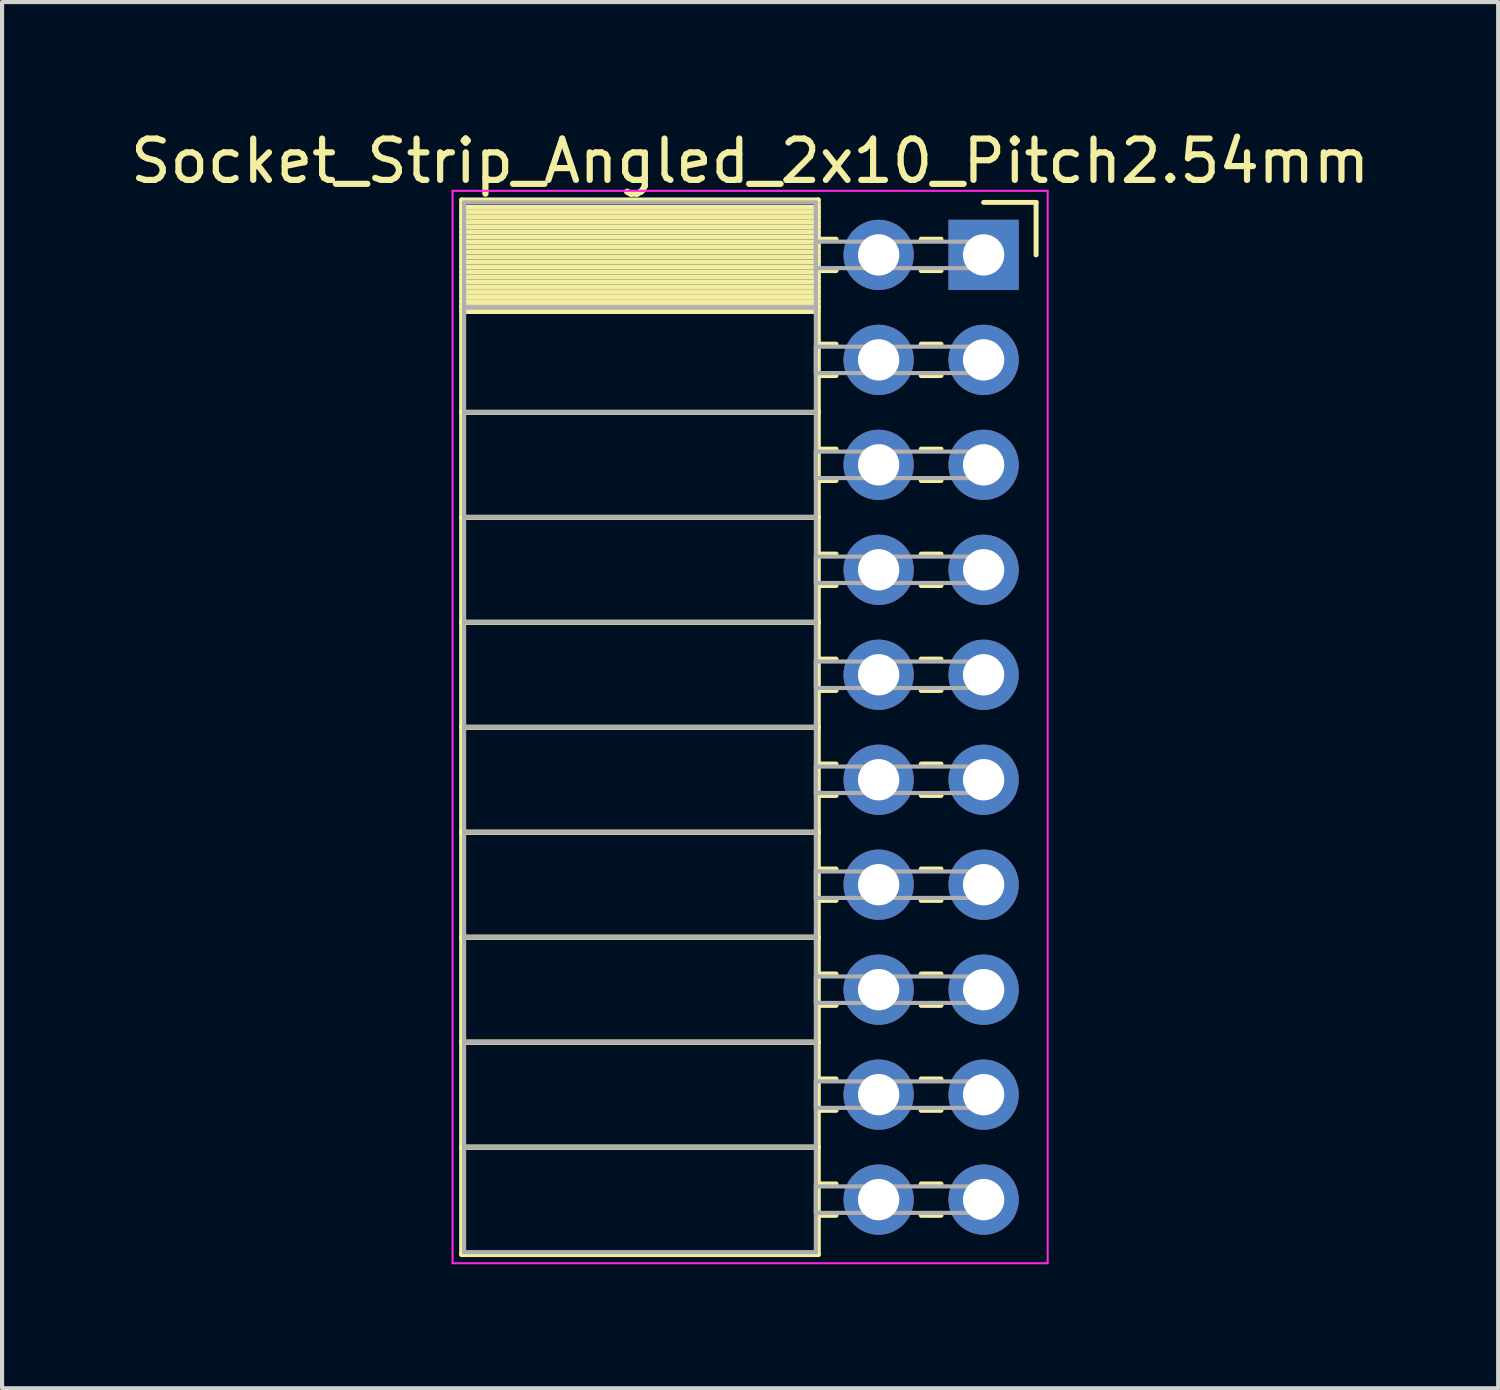
<source format=kicad_pcb>
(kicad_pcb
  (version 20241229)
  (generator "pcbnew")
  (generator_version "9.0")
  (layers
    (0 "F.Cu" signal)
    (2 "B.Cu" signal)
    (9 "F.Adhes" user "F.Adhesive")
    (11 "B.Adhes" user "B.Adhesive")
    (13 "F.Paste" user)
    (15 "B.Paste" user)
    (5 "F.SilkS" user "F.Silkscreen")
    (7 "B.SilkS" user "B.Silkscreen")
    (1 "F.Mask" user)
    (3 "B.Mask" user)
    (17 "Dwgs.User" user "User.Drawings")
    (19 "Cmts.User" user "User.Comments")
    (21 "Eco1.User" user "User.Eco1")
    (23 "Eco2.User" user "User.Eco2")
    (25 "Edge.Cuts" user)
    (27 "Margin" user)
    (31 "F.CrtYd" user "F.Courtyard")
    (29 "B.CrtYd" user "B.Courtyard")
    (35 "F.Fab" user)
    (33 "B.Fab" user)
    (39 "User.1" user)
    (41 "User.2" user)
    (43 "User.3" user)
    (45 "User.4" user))
  (footprint "Socket_Strip_Angled_2x10_Pitch2.54mm"
    (layer "F.Cu")
    (at 20.751 3.118)
    (property "Reference" "Socket_Strip_Angled_2x10_Pitch2.54mm" (at -5.65 -2.27 0) (layer "F.SilkS") (effects (font (size 1 1) (thickness 0.15))))
    (attr through_hole)
    (fp_line (start -12.63 -1.33) (end -4 -1.33) (stroke (width 0.12) (type solid)) (layer "F.SilkS"))
    (fp_line (start -12.63 1.27) (end -12.63 -1.33) (stroke (width 0.12) (type solid)) (layer "F.SilkS"))
    (fp_line (start -12.63 1.27) (end -4 1.27) (stroke (width 0.12) (type solid)) (layer "F.SilkS"))
    (fp_line (start -12.63 3.81) (end -12.63 1.27) (stroke (width 0.12) (type solid)) (layer "F.SilkS"))
    (fp_line (start -12.63 3.81) (end -4 3.81) (stroke (width 0.12) (type solid)) (layer "F.SilkS"))
    (fp_line (start -12.63 6.35) (end -12.63 3.81) (stroke (width 0.12) (type solid)) (layer "F.SilkS"))
    (fp_line (start -12.63 6.35) (end -4 6.35) (stroke (width 0.12) (type solid)) (layer "F.SilkS"))
    (fp_line (start -12.63 8.89) (end -12.63 6.35) (stroke (width 0.12) (type solid)) (layer "F.SilkS"))
    (fp_line (start -12.63 8.89) (end -4 8.89) (stroke (width 0.12) (type solid)) (layer "F.SilkS"))
    (fp_line (start -12.63 11.43) (end -12.63 8.89) (stroke (width 0.12) (type solid)) (layer "F.SilkS"))
    (fp_line (start -12.63 11.43) (end -4 11.43) (stroke (width 0.12) (type solid)) (layer "F.SilkS"))
    (fp_line (start -12.63 13.97) (end -12.63 11.43) (stroke (width 0.12) (type solid)) (layer "F.SilkS"))
    (fp_line (start -12.63 13.97) (end -4 13.97) (stroke (width 0.12) (type solid)) (layer "F.SilkS"))
    (fp_line (start -12.63 16.51) (end -12.63 13.97) (stroke (width 0.12) (type solid)) (layer "F.SilkS"))
    (fp_line (start -12.63 16.51) (end -4 16.51) (stroke (width 0.12) (type solid)) (layer "F.SilkS"))
    (fp_line (start -12.63 19.05) (end -12.63 16.51) (stroke (width 0.12) (type solid)) (layer "F.SilkS"))
    (fp_line (start -12.63 19.05) (end -4 19.05) (stroke (width 0.12) (type solid)) (layer "F.SilkS"))
    (fp_line (start -12.63 21.59) (end -12.63 19.05) (stroke (width 0.12) (type solid)) (layer "F.SilkS"))
    (fp_line (start -12.63 21.59) (end -4 21.59) (stroke (width 0.12) (type solid)) (layer "F.SilkS"))
    (fp_line (start -12.63 24.19) (end -12.63 21.59) (stroke (width 0.12) (type solid)) (layer "F.SilkS"))
    (fp_line (start -4 -1.33) (end -4 1.27) (stroke (width 0.12) (type solid)) (layer "F.SilkS"))
    (fp_line (start -4 -1.15) (end -12.63 -1.15) (stroke (width 0.12) (type solid)) (layer "F.SilkS"))
    (fp_line (start -4 -1.03) (end -12.63 -1.03) (stroke (width 0.12) (type solid)) (layer "F.SilkS"))
    (fp_line (start -4 -0.91) (end -12.63 -0.91) (stroke (width 0.12) (type solid)) (layer "F.SilkS"))
    (fp_line (start -4 -0.79) (end -12.63 -0.79) (stroke (width 0.12) (type solid)) (layer "F.SilkS"))
    (fp_line (start -4 -0.67) (end -12.63 -0.67) (stroke (width 0.12) (type solid)) (layer "F.SilkS"))
    (fp_line (start -4 -0.55) (end -12.63 -0.55) (stroke (width 0.12) (type solid)) (layer "F.SilkS"))
    (fp_line (start -4 -0.43) (end -12.63 -0.43) (stroke (width 0.12) (type solid)) (layer "F.SilkS"))
    (fp_line (start -4 -0.31) (end -12.63 -0.31) (stroke (width 0.12) (type solid)) (layer "F.SilkS"))
    (fp_line (start -4 -0.19) (end -12.63 -0.19) (stroke (width 0.12) (type solid)) (layer "F.SilkS"))
    (fp_line (start -4 -0.07) (end -12.63 -0.07) (stroke (width 0.12) (type solid)) (layer "F.SilkS"))
    (fp_line (start -4 0.05) (end -12.63 0.05) (stroke (width 0.12) (type solid)) (layer "F.SilkS"))
    (fp_line (start -4 0.17) (end -12.63 0.17) (stroke (width 0.12) (type solid)) (layer "F.SilkS"))
    (fp_line (start -4 0.29) (end -12.63 0.29) (stroke (width 0.12) (type solid)) (layer "F.SilkS"))
    (fp_line (start -4 0.41) (end -12.63 0.41) (stroke (width 0.12) (type solid)) (layer "F.SilkS"))
    (fp_line (start -4 0.53) (end -12.63 0.53) (stroke (width 0.12) (type solid)) (layer "F.SilkS"))
    (fp_line (start -4 0.65) (end -12.63 0.65) (stroke (width 0.12) (type solid)) (layer "F.SilkS"))
    (fp_line (start -4 0.77) (end -12.63 0.77) (stroke (width 0.12) (type solid)) (layer "F.SilkS"))
    (fp_line (start -4 0.89) (end -12.63 0.89) (stroke (width 0.12) (type solid)) (layer "F.SilkS"))
    (fp_line (start -4 1.01) (end -12.63 1.01) (stroke (width 0.12) (type solid)) (layer "F.SilkS"))
    (fp_line (start -4 1.13) (end -12.63 1.13) (stroke (width 0.12) (type solid)) (layer "F.SilkS"))
    (fp_line (start -4 1.25) (end -12.63 1.25) (stroke (width 0.12) (type solid)) (layer "F.SilkS"))
    (fp_line (start -4 1.27) (end -12.63 1.27) (stroke (width 0.12) (type solid)) (layer "F.SilkS"))
    (fp_line (start -4 1.27) (end -4 3.81) (stroke (width 0.12) (type solid)) (layer "F.SilkS"))
    (fp_line (start -4 1.37) (end -12.63 1.37) (stroke (width 0.12) (type solid)) (layer "F.SilkS"))
    (fp_line (start -4 3.81) (end -12.63 3.81) (stroke (width 0.12) (type solid)) (layer "F.SilkS"))
    (fp_line (start -4 3.81) (end -4 6.35) (stroke (width 0.12) (type solid)) (layer "F.SilkS"))
    (fp_line (start -4 6.35) (end -12.63 6.35) (stroke (width 0.12) (type solid)) (layer "F.SilkS"))
    (fp_line (start -4 6.35) (end -4 8.89) (stroke (width 0.12) (type solid)) (layer "F.SilkS"))
    (fp_line (start -4 8.89) (end -12.63 8.89) (stroke (width 0.12) (type solid)) (layer "F.SilkS"))
    (fp_line (start -4 8.89) (end -4 11.43) (stroke (width 0.12) (type solid)) (layer "F.SilkS"))
    (fp_line (start -4 11.43) (end -12.63 11.43) (stroke (width 0.12) (type solid)) (layer "F.SilkS"))
    (fp_line (start -4 11.43) (end -4 13.97) (stroke (width 0.12) (type solid)) (layer "F.SilkS"))
    (fp_line (start -4 13.97) (end -12.63 13.97) (stroke (width 0.12) (type solid)) (layer "F.SilkS"))
    (fp_line (start -4 13.97) (end -4 16.51) (stroke (width 0.12) (type solid)) (layer "F.SilkS"))
    (fp_line (start -4 16.51) (end -12.63 16.51) (stroke (width 0.12) (type solid)) (layer "F.SilkS"))
    (fp_line (start -4 16.51) (end -4 19.05) (stroke (width 0.12) (type solid)) (layer "F.SilkS"))
    (fp_line (start -4 19.05) (end -12.63 19.05) (stroke (width 0.12) (type solid)) (layer "F.SilkS"))
    (fp_line (start -4 19.05) (end -4 21.59) (stroke (width 0.12) (type solid)) (layer "F.SilkS"))
    (fp_line (start -4 21.59) (end -12.63 21.59) (stroke (width 0.12) (type solid)) (layer "F.SilkS"))
    (fp_line (start -4 21.59) (end -4 24.19) (stroke (width 0.12) (type solid)) (layer "F.SilkS"))
    (fp_line (start -4 24.19) (end -12.63 24.19) (stroke (width 0.12) (type solid)) (layer "F.SilkS"))
    (fp_line (start -3.57 -0.38) (end -4 -0.38) (stroke (width 0.12) (type solid)) (layer "F.SilkS"))
    (fp_line (start -3.57 0.38) (end -4 0.38) (stroke (width 0.12) (type solid)) (layer "F.SilkS"))
    (fp_line (start -3.57 2.16) (end -4 2.16) (stroke (width 0.12) (type solid)) (layer "F.SilkS"))
    (fp_line (start -3.57 2.92) (end -4 2.92) (stroke (width 0.12) (type solid)) (layer "F.SilkS"))
    (fp_line (start -3.57 4.7) (end -4 4.7) (stroke (width 0.12) (type solid)) (layer "F.SilkS"))
    (fp_line (start -3.57 5.46) (end -4 5.46) (stroke (width 0.12) (type solid)) (layer "F.SilkS"))
    (fp_line (start -3.57 7.24) (end -4 7.24) (stroke (width 0.12) (type solid)) (layer "F.SilkS"))
    (fp_line (start -3.57 8) (end -4 8) (stroke (width 0.12) (type solid)) (layer "F.SilkS"))
    (fp_line (start -3.57 9.78) (end -4 9.78) (stroke (width 0.12) (type solid)) (layer "F.SilkS"))
    (fp_line (start -3.57 10.54) (end -4 10.54) (stroke (width 0.12) (type solid)) (layer "F.SilkS"))
    (fp_line (start -3.57 12.32) (end -4 12.32) (stroke (width 0.12) (type solid)) (layer "F.SilkS"))
    (fp_line (start -3.57 13.08) (end -4 13.08) (stroke (width 0.12) (type solid)) (layer "F.SilkS"))
    (fp_line (start -3.57 14.86) (end -4 14.86) (stroke (width 0.12) (type solid)) (layer "F.SilkS"))
    (fp_line (start -3.57 15.62) (end -4 15.62) (stroke (width 0.12) (type solid)) (layer "F.SilkS"))
    (fp_line (start -3.57 17.4) (end -4 17.4) (stroke (width 0.12) (type solid)) (layer "F.SilkS"))
    (fp_line (start -3.57 18.16) (end -4 18.16) (stroke (width 0.12) (type solid)) (layer "F.SilkS"))
    (fp_line (start -3.57 19.94) (end -4 19.94) (stroke (width 0.12) (type solid)) (layer "F.SilkS"))
    (fp_line (start -3.57 20.7) (end -4 20.7) (stroke (width 0.12) (type solid)) (layer "F.SilkS"))
    (fp_line (start -3.57 22.48) (end -4 22.48) (stroke (width 0.12) (type solid)) (layer "F.SilkS"))
    (fp_line (start -3.57 23.24) (end -4 23.24) (stroke (width 0.12) (type solid)) (layer "F.SilkS"))
    (fp_line (start -1.03 -0.38) (end -1.51 -0.38) (stroke (width 0.12) (type solid)) (layer "F.SilkS"))
    (fp_line (start -1.03 0.38) (end -1.51 0.38) (stroke (width 0.12) (type solid)) (layer "F.SilkS"))
    (fp_line (start -1.03 2.16) (end -1.51 2.16) (stroke (width 0.12) (type solid)) (layer "F.SilkS"))
    (fp_line (start -1.03 2.92) (end -1.51 2.92) (stroke (width 0.12) (type solid)) (layer "F.SilkS"))
    (fp_line (start -1.03 4.7) (end -1.51 4.7) (stroke (width 0.12) (type solid)) (layer "F.SilkS"))
    (fp_line (start -1.03 5.46) (end -1.51 5.46) (stroke (width 0.12) (type solid)) (layer "F.SilkS"))
    (fp_line (start -1.03 7.24) (end -1.51 7.24) (stroke (width 0.12) (type solid)) (layer "F.SilkS"))
    (fp_line (start -1.03 8) (end -1.51 8) (stroke (width 0.12) (type solid)) (layer "F.SilkS"))
    (fp_line (start -1.03 9.78) (end -1.51 9.78) (stroke (width 0.12) (type solid)) (layer "F.SilkS"))
    (fp_line (start -1.03 10.54) (end -1.51 10.54) (stroke (width 0.12) (type solid)) (layer "F.SilkS"))
    (fp_line (start -1.03 12.32) (end -1.51 12.32) (stroke (width 0.12) (type solid)) (layer "F.SilkS"))
    (fp_line (start -1.03 13.08) (end -1.51 13.08) (stroke (width 0.12) (type solid)) (layer "F.SilkS"))
    (fp_line (start -1.03 14.86) (end -1.51 14.86) (stroke (width 0.12) (type solid)) (layer "F.SilkS"))
    (fp_line (start -1.03 15.62) (end -1.51 15.62) (stroke (width 0.12) (type solid)) (layer "F.SilkS"))
    (fp_line (start -1.03 17.4) (end -1.51 17.4) (stroke (width 0.12) (type solid)) (layer "F.SilkS"))
    (fp_line (start -1.03 18.16) (end -1.51 18.16) (stroke (width 0.12) (type solid)) (layer "F.SilkS"))
    (fp_line (start -1.03 19.94) (end -1.51 19.94) (stroke (width 0.12) (type solid)) (layer "F.SilkS"))
    (fp_line (start -1.03 20.7) (end -1.51 20.7) (stroke (width 0.12) (type solid)) (layer "F.SilkS"))
    (fp_line (start -1.03 22.48) (end -1.51 22.48) (stroke (width 0.12) (type solid)) (layer "F.SilkS"))
    (fp_line (start -1.03 23.24) (end -1.51 23.24) (stroke (width 0.12) (type solid)) (layer "F.SilkS"))
    (fp_line (start 0 -1.27) (end 1.27 -1.27) (stroke (width 0.12) (type solid)) (layer "F.SilkS"))
    (fp_line (start 1.27 -1.27) (end 1.27 0) (stroke (width 0.12) (type solid)) (layer "F.SilkS"))
    (fp_line (start -12.85 -1.55) (end 1.55 -1.55) (stroke (width 0.05) (type solid)) (layer "F.CrtYd"))
    (fp_line (start -12.85 24.4) (end -12.85 -1.55) (stroke (width 0.05) (type solid)) (layer "F.CrtYd"))
    (fp_line (start 1.55 -1.55) (end 1.55 24.4) (stroke (width 0.05) (type solid)) (layer "F.CrtYd"))
    (fp_line (start 1.55 24.4) (end -12.85 24.4) (stroke (width 0.05) (type solid)) (layer "F.CrtYd"))
    (fp_line (start -12.57 -1.27) (end -4.06 -1.27) (stroke (width 0.1) (type solid)) (layer "F.Fab"))
    (fp_line (start -12.57 1.27) (end -12.57 -1.27) (stroke (width 0.1) (type solid)) (layer "F.Fab"))
    (fp_line (start -12.57 1.27) (end -4.06 1.27) (stroke (width 0.1) (type solid)) (layer "F.Fab"))
    (fp_line (start -12.57 3.81) (end -12.57 1.27) (stroke (width 0.1) (type solid)) (layer "F.Fab"))
    (fp_line (start -12.57 3.81) (end -4.06 3.81) (stroke (width 0.1) (type solid)) (layer "F.Fab"))
    (fp_line (start -12.57 6.35) (end -12.57 3.81) (stroke (width 0.1) (type solid)) (layer "F.Fab"))
    (fp_line (start -12.57 6.35) (end -4.06 6.35) (stroke (width 0.1) (type solid)) (layer "F.Fab"))
    (fp_line (start -12.57 8.89) (end -12.57 6.35) (stroke (width 0.1) (type solid)) (layer "F.Fab"))
    (fp_line (start -12.57 8.89) (end -4.06 8.89) (stroke (width 0.1) (type solid)) (layer "F.Fab"))
    (fp_line (start -12.57 11.43) (end -12.57 8.89) (stroke (width 0.1) (type solid)) (layer "F.Fab"))
    (fp_line (start -12.57 11.43) (end -4.06 11.43) (stroke (width 0.1) (type solid)) (layer "F.Fab"))
    (fp_line (start -12.57 13.97) (end -12.57 11.43) (stroke (width 0.1) (type solid)) (layer "F.Fab"))
    (fp_line (start -12.57 13.97) (end -4.06 13.97) (stroke (width 0.1) (type solid)) (layer "F.Fab"))
    (fp_line (start -12.57 16.51) (end -12.57 13.97) (stroke (width 0.1) (type solid)) (layer "F.Fab"))
    (fp_line (start -12.57 16.51) (end -4.06 16.51) (stroke (width 0.1) (type solid)) (layer "F.Fab"))
    (fp_line (start -12.57 19.05) (end -12.57 16.51) (stroke (width 0.1) (type solid)) (layer "F.Fab"))
    (fp_line (start -12.57 19.05) (end -4.06 19.05) (stroke (width 0.1) (type solid)) (layer "F.Fab"))
    (fp_line (start -12.57 21.59) (end -12.57 19.05) (stroke (width 0.1) (type solid)) (layer "F.Fab"))
    (fp_line (start -12.57 21.59) (end -4.06 21.59) (stroke (width 0.1) (type solid)) (layer "F.Fab"))
    (fp_line (start -12.57 24.13) (end -12.57 21.59) (stroke (width 0.1) (type solid)) (layer "F.Fab"))
    (fp_line (start -4.06 -1.27) (end -4.06 1.27) (stroke (width 0.1) (type solid)) (layer "F.Fab"))
    (fp_line (start -4.06 -0.32) (end 0 -0.32) (stroke (width 0.1) (type solid)) (layer "F.Fab"))
    (fp_line (start -4.06 0.32) (end -4.06 -0.32) (stroke (width 0.1) (type solid)) (layer "F.Fab"))
    (fp_line (start -4.06 1.27) (end -12.57 1.27) (stroke (width 0.1) (type solid)) (layer "F.Fab"))
    (fp_line (start -4.06 1.27) (end -4.06 3.81) (stroke (width 0.1) (type solid)) (layer "F.Fab"))
    (fp_line (start -4.06 2.22) (end 0 2.22) (stroke (width 0.1) (type solid)) (layer "F.Fab"))
    (fp_line (start -4.06 2.86) (end -4.06 2.22) (stroke (width 0.1) (type solid)) (layer "F.Fab"))
    (fp_line (start -4.06 3.81) (end -12.57 3.81) (stroke (width 0.1) (type solid)) (layer "F.Fab"))
    (fp_line (start -4.06 3.81) (end -4.06 6.35) (stroke (width 0.1) (type solid)) (layer "F.Fab"))
    (fp_line (start -4.06 4.76) (end 0 4.76) (stroke (width 0.1) (type solid)) (layer "F.Fab"))
    (fp_line (start -4.06 5.4) (end -4.06 4.76) (stroke (width 0.1) (type solid)) (layer "F.Fab"))
    (fp_line (start -4.06 6.35) (end -12.57 6.35) (stroke (width 0.1) (type solid)) (layer "F.Fab"))
    (fp_line (start -4.06 6.35) (end -4.06 8.89) (stroke (width 0.1) (type solid)) (layer "F.Fab"))
    (fp_line (start -4.06 7.3) (end 0 7.3) (stroke (width 0.1) (type solid)) (layer "F.Fab"))
    (fp_line (start -4.06 7.94) (end -4.06 7.3) (stroke (width 0.1) (type solid)) (layer "F.Fab"))
    (fp_line (start -4.06 8.89) (end -12.57 8.89) (stroke (width 0.1) (type solid)) (layer "F.Fab"))
    (fp_line (start -4.06 8.89) (end -4.06 11.43) (stroke (width 0.1) (type solid)) (layer "F.Fab"))
    (fp_line (start -4.06 9.84) (end 0 9.84) (stroke (width 0.1) (type solid)) (layer "F.Fab"))
    (fp_line (start -4.06 10.48) (end -4.06 9.84) (stroke (width 0.1) (type solid)) (layer "F.Fab"))
    (fp_line (start -4.06 11.43) (end -12.57 11.43) (stroke (width 0.1) (type solid)) (layer "F.Fab"))
    (fp_line (start -4.06 11.43) (end -4.06 13.97) (stroke (width 0.1) (type solid)) (layer "F.Fab"))
    (fp_line (start -4.06 12.38) (end 0 12.38) (stroke (width 0.1) (type solid)) (layer "F.Fab"))
    (fp_line (start -4.06 13.02) (end -4.06 12.38) (stroke (width 0.1) (type solid)) (layer "F.Fab"))
    (fp_line (start -4.06 13.97) (end -12.57 13.97) (stroke (width 0.1) (type solid)) (layer "F.Fab"))
    (fp_line (start -4.06 13.97) (end -4.06 16.51) (stroke (width 0.1) (type solid)) (layer "F.Fab"))
    (fp_line (start -4.06 14.92) (end 0 14.92) (stroke (width 0.1) (type solid)) (layer "F.Fab"))
    (fp_line (start -4.06 15.56) (end -4.06 14.92) (stroke (width 0.1) (type solid)) (layer "F.Fab"))
    (fp_line (start -4.06 16.51) (end -12.57 16.51) (stroke (width 0.1) (type solid)) (layer "F.Fab"))
    (fp_line (start -4.06 16.51) (end -4.06 19.05) (stroke (width 0.1) (type solid)) (layer "F.Fab"))
    (fp_line (start -4.06 17.46) (end 0 17.46) (stroke (width 0.1) (type solid)) (layer "F.Fab"))
    (fp_line (start -4.06 18.1) (end -4.06 17.46) (stroke (width 0.1) (type solid)) (layer "F.Fab"))
    (fp_line (start -4.06 19.05) (end -12.57 19.05) (stroke (width 0.1) (type solid)) (layer "F.Fab"))
    (fp_line (start -4.06 19.05) (end -4.06 21.59) (stroke (width 0.1) (type solid)) (layer "F.Fab"))
    (fp_line (start -4.06 20) (end 0 20) (stroke (width 0.1) (type solid)) (layer "F.Fab"))
    (fp_line (start -4.06 20.64) (end -4.06 20) (stroke (width 0.1) (type solid)) (layer "F.Fab"))
    (fp_line (start -4.06 21.59) (end -12.57 21.59) (stroke (width 0.1) (type solid)) (layer "F.Fab"))
    (fp_line (start -4.06 21.59) (end -4.06 24.13) (stroke (width 0.1) (type solid)) (layer "F.Fab"))
    (fp_line (start -4.06 22.54) (end 0 22.54) (stroke (width 0.1) (type solid)) (layer "F.Fab"))
    (fp_line (start -4.06 23.18) (end -4.06 22.54) (stroke (width 0.1) (type solid)) (layer "F.Fab"))
    (fp_line (start -4.06 24.13) (end -12.57 24.13) (stroke (width 0.1) (type solid)) (layer "F.Fab"))
    (fp_line (start 0 -0.32) (end 0 0.32) (stroke (width 0.1) (type solid)) (layer "F.Fab"))
    (fp_line (start 0 0.32) (end -4.06 0.32) (stroke (width 0.1) (type solid)) (layer "F.Fab"))
    (fp_line (start 0 2.22) (end 0 2.86) (stroke (width 0.1) (type solid)) (layer "F.Fab"))
    (fp_line (start 0 2.86) (end -4.06 2.86) (stroke (width 0.1) (type solid)) (layer "F.Fab"))
    (fp_line (start 0 4.76) (end 0 5.4) (stroke (width 0.1) (type solid)) (layer "F.Fab"))
    (fp_line (start 0 5.4) (end -4.06 5.4) (stroke (width 0.1) (type solid)) (layer "F.Fab"))
    (fp_line (start 0 7.3) (end 0 7.94) (stroke (width 0.1) (type solid)) (layer "F.Fab"))
    (fp_line (start 0 7.94) (end -4.06 7.94) (stroke (width 0.1) (type solid)) (layer "F.Fab"))
    (fp_line (start 0 9.84) (end 0 10.48) (stroke (width 0.1) (type solid)) (layer "F.Fab"))
    (fp_line (start 0 10.48) (end -4.06 10.48) (stroke (width 0.1) (type solid)) (layer "F.Fab"))
    (fp_line (start 0 12.38) (end 0 13.02) (stroke (width 0.1) (type solid)) (layer "F.Fab"))
    (fp_line (start 0 13.02) (end -4.06 13.02) (stroke (width 0.1) (type solid)) (layer "F.Fab"))
    (fp_line (start 0 14.92) (end 0 15.56) (stroke (width 0.1) (type solid)) (layer "F.Fab"))
    (fp_line (start 0 15.56) (end -4.06 15.56) (stroke (width 0.1) (type solid)) (layer "F.Fab"))
    (fp_line (start 0 17.46) (end 0 18.1) (stroke (width 0.1) (type solid)) (layer "F.Fab"))
    (fp_line (start 0 18.1) (end -4.06 18.1) (stroke (width 0.1) (type solid)) (layer "F.Fab"))
    (fp_line (start 0 20) (end 0 20.64) (stroke (width 0.1) (type solid)) (layer "F.Fab"))
    (fp_line (start 0 20.64) (end -4.06 20.64) (stroke (width 0.1) (type solid)) (layer "F.Fab"))
    (fp_line (start 0 22.54) (end 0 23.18) (stroke (width 0.1) (type solid)) (layer "F.Fab"))
    (fp_line (start 0 23.18) (end -4.06 23.18) (stroke (width 0.1) (type solid)) (layer "F.Fab"))
    (pad "1" thru_hole rect (at 0 0) (size 1.7 1.7) (drill 1) (layers "*.Cu" "*.Mask"))
    (pad "2" thru_hole oval (at -2.54 0) (size 1.7 1.7) (drill 1) (layers "*.Cu" "*.Mask"))
    (pad "3" thru_hole oval (at 0 2.54) (size 1.7 1.7) (drill 1) (layers "*.Cu" "*.Mask"))
    (pad "4" thru_hole oval (at -2.54 2.54) (size 1.7 1.7) (drill 1) (layers "*.Cu" "*.Mask"))
    (pad "5" thru_hole oval (at 0 5.08) (size 1.7 1.7) (drill 1) (layers "*.Cu" "*.Mask"))
    (pad "6" thru_hole oval (at -2.54 5.08) (size 1.7 1.7) (drill 1) (layers "*.Cu" "*.Mask"))
    (pad "7" thru_hole oval (at 0 7.62) (size 1.7 1.7) (drill 1) (layers "*.Cu" "*.Mask"))
    (pad "8" thru_hole oval (at -2.54 7.62) (size 1.7 1.7) (drill 1) (layers "*.Cu" "*.Mask"))
    (pad "9" thru_hole oval (at 0 10.16) (size 1.7 1.7) (drill 1) (layers "*.Cu" "*.Mask"))
    (pad "10" thru_hole oval (at -2.54 10.16) (size 1.7 1.7) (drill 1) (layers "*.Cu" "*.Mask"))
    (pad "11" thru_hole oval (at 0 12.7) (size 1.7 1.7) (drill 1) (layers "*.Cu" "*.Mask"))
    (pad "12" thru_hole oval (at -2.54 12.7) (size 1.7 1.7) (drill 1) (layers "*.Cu" "*.Mask"))
    (pad "13" thru_hole oval (at 0 15.24) (size 1.7 1.7) (drill 1) (layers "*.Cu" "*.Mask"))
    (pad "14" thru_hole oval (at -2.54 15.24) (size 1.7 1.7) (drill 1) (layers "*.Cu" "*.Mask"))
    (pad "15" thru_hole oval (at 0 17.78) (size 1.7 1.7) (drill 1) (layers "*.Cu" "*.Mask"))
    (pad "16" thru_hole oval (at -2.54 17.78) (size 1.7 1.7) (drill 1) (layers "*.Cu" "*.Mask"))
    (pad "17" thru_hole oval (at 0 20.32) (size 1.7 1.7) (drill 1) (layers "*.Cu" "*.Mask"))
    (pad "18" thru_hole oval (at -2.54 20.32) (size 1.7 1.7) (drill 1) (layers "*.Cu" "*.Mask"))
    (pad "19" thru_hole oval (at 0 22.86) (size 1.7 1.7) (drill 1) (layers "*.Cu" "*.Mask"))
    (pad "20" thru_hole oval (at -2.54 22.86) (size 1.7 1.7) (drill 1) (layers "*.Cu" "*.Mask")))
  (gr_rect
    (start -3 -3)
    (end 33.202 30.543)
    (stroke (width 0.1) (type default))
    (fill no)
    (layer "Edge.Cuts")))
</source>
